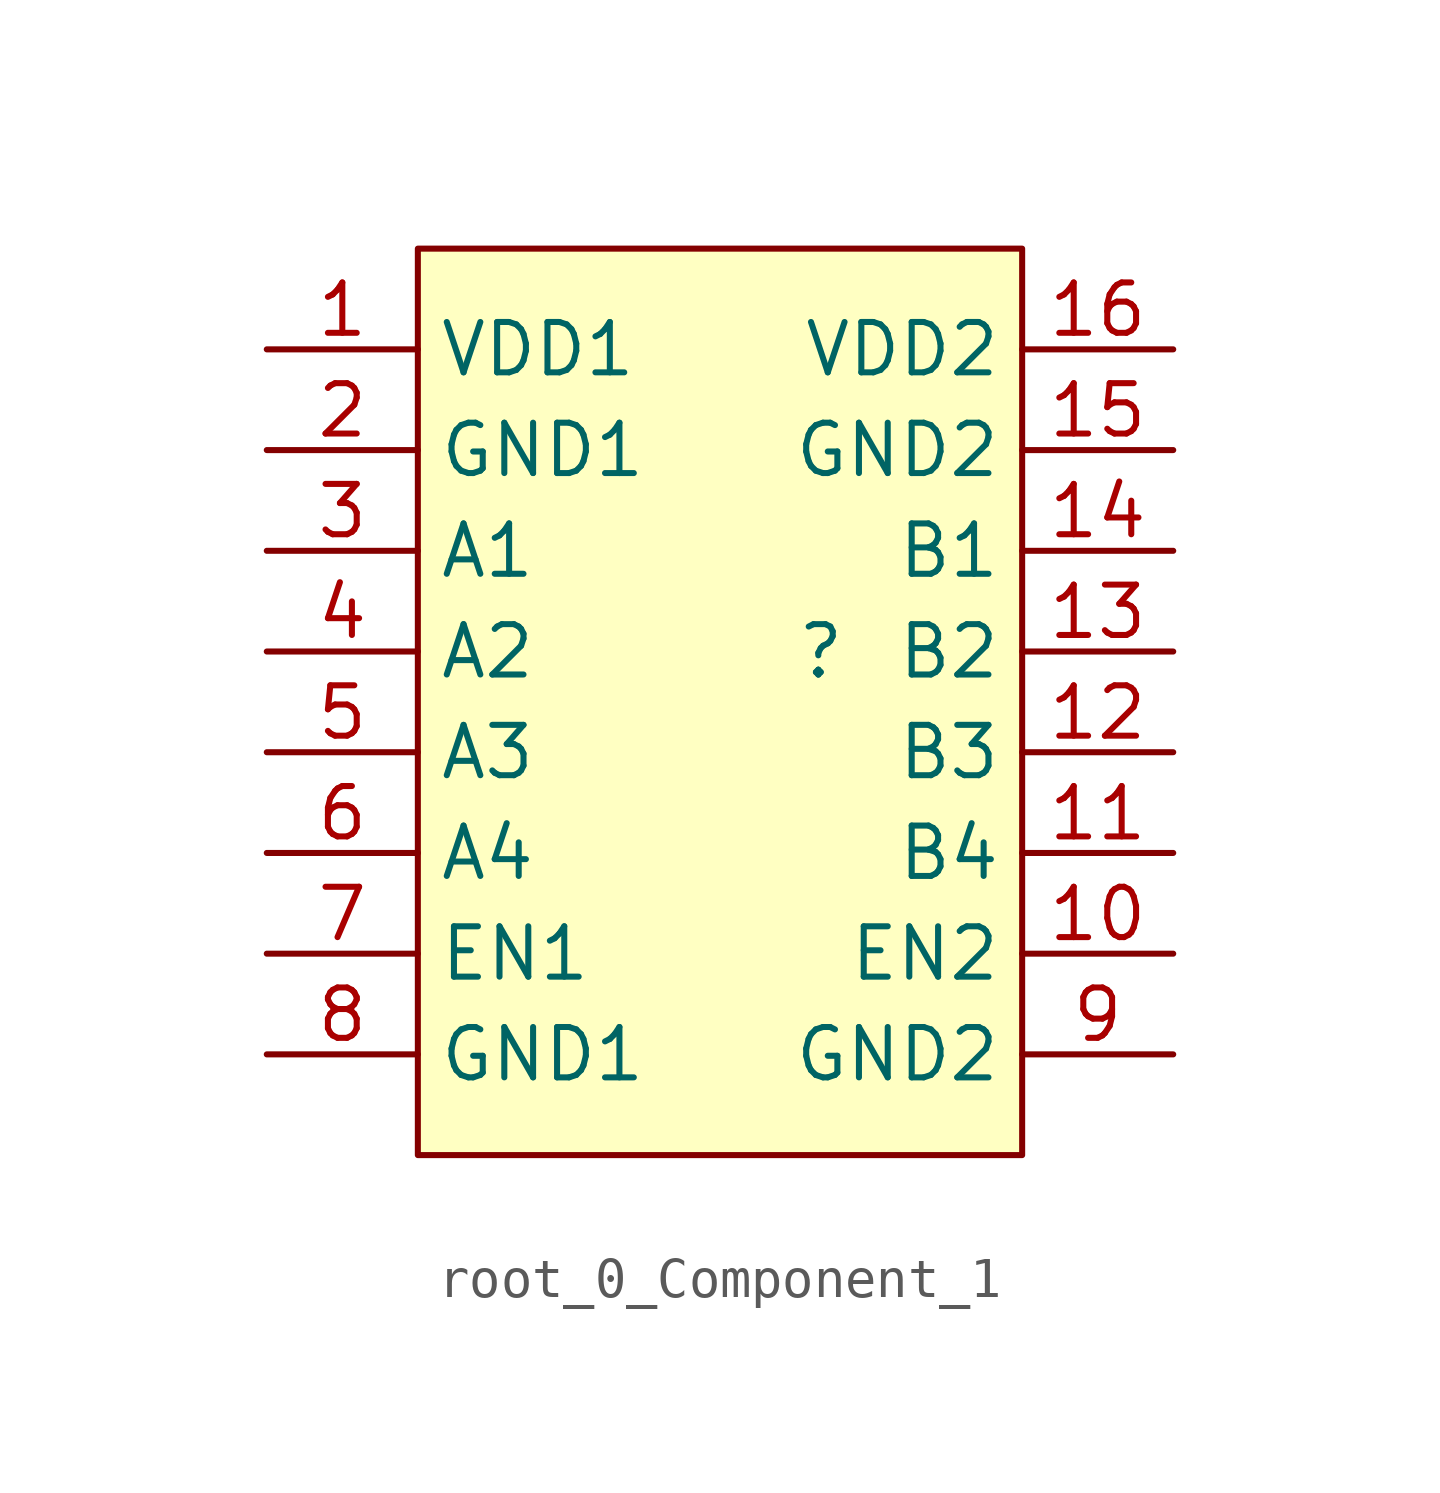
<source format=kicad_sym>
(kicad_symbol_lib
  (version 20220914)
  (generator kicad_symbol_editor)
  (symbol "root_0_Component_1"
    (property "Reference" ""
      (at 0 0 0)
      (effects (font (size 1.27 1.27))))
    (property "Value" ""
      (at 0 0 0)
      (effects (font (size 1.27 1.27))))
    (symbol "root_0_Component_1_1_0"
      (rectangle (start 5.08 10.16) (end -10.16 -12.7) (stroke (width 0) (type solid)) (fill (type background)))
      (pin passive line (at -13.97 7.62 0) (length 3.81) (name "VDD1" (effects (font (size 1.27 1.27)))) (number "1" (effects (font (size 1.27 1.27)))))
      (pin passive line (at 8.89 -7.62 180) (length 3.81) (name "EN2" (effects (font (size 1.27 1.27)))) (number "10" (effects (font (size 1.27 1.27)))))
      (pin passive line (at 8.89 -5.08 180) (length 3.81) (name "B4" (effects (font (size 1.27 1.27)))) (number "11" (effects (font (size 1.27 1.27)))))
      (pin passive line (at 8.89 -2.54 180) (length 3.81) (name "B3" (effects (font (size 1.27 1.27)))) (number "12" (effects (font (size 1.27 1.27)))))
      (pin passive line (at 8.89 0 180) (length 3.81) (name "B2" (effects (font (size 1.27 1.27)))) (number "13" (effects (font (size 1.27 1.27)))))
      (pin passive line (at 8.89 2.54 180) (length 3.81) (name "B1" (effects (font (size 1.27 1.27)))) (number "14" (effects (font (size 1.27 1.27)))))
      (pin passive line (at 8.89 5.08 180) (length 3.81) (name "GND2" (effects (font (size 1.27 1.27)))) (number "15" (effects (font (size 1.27 1.27)))))
      (pin passive line (at 8.89 7.62 180) (length 3.81) (name "VDD2" (effects (font (size 1.27 1.27)))) (number "16" (effects (font (size 1.27 1.27)))))
      (pin passive line (at -13.97 5.08 0) (length 3.81) (name "GND1" (effects (font (size 1.27 1.27)))) (number "2" (effects (font (size 1.27 1.27)))))
      (pin passive line (at -13.97 2.54 0) (length 3.81) (name "A1" (effects (font (size 1.27 1.27)))) (number "3" (effects (font (size 1.27 1.27)))))
      (pin passive line (at -13.97 0 0) (length 3.81) (name "A2" (effects (font (size 1.27 1.27)))) (number "4" (effects (font (size 1.27 1.27)))))
      (pin passive line (at -13.97 -2.54 0) (length 3.81) (name "A3" (effects (font (size 1.27 1.27)))) (number "5" (effects (font (size 1.27 1.27)))))
      (pin passive line (at -13.97 -5.08 0) (length 3.81) (name "A4" (effects (font (size 1.27 1.27)))) (number "6" (effects (font (size 1.27 1.27)))))
      (pin passive line (at -13.97 -7.62 0) (length 3.81) (name "EN1" (effects (font (size 1.27 1.27)))) (number "7" (effects (font (size 1.27 1.27)))))
      (pin passive line (at -13.97 -10.16 0) (length 3.81) (name "GND1" (effects (font (size 1.27 1.27)))) (number "8" (effects (font (size 1.27 1.27)))))
      (pin passive line (at 8.89 -10.16 180) (length 3.81) (name "GND2" (effects (font (size 1.27 1.27)))) (number "9" (effects (font (size 1.27 1.27))))))))
</source>
